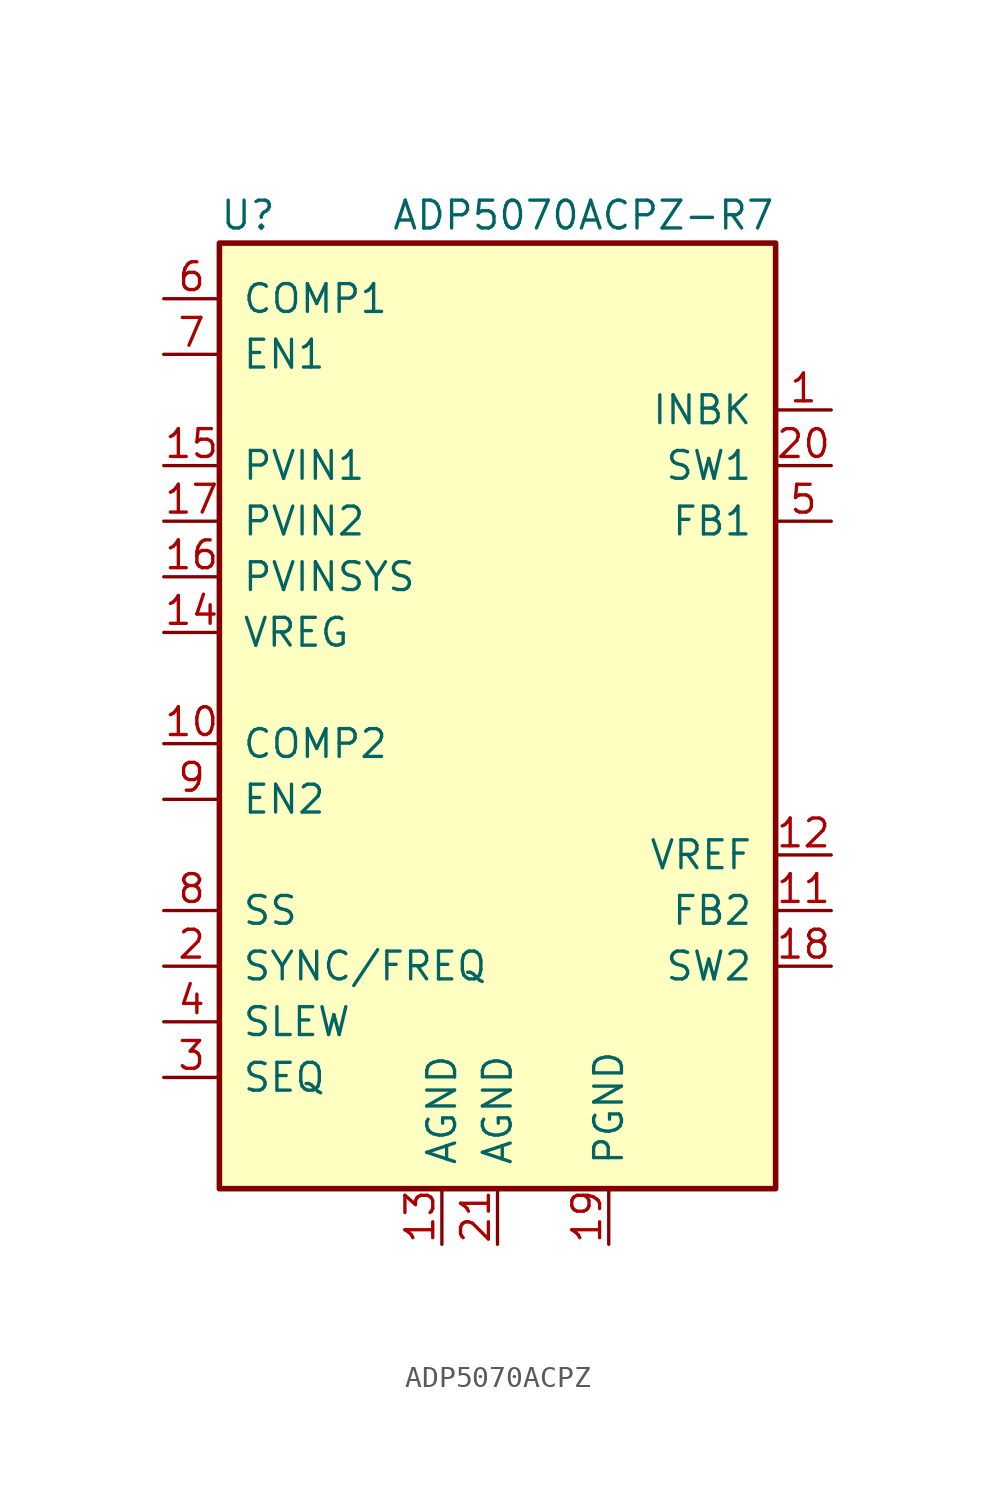
<source format=kicad_sym>
(kicad_symbol_lib
  (version 20231120)
  (generator "kicad_symbol_editor")
  (generator_version "8.0")
  (symbol "ADP5070ACPZ"
    (pin_names
      (offset 1.016))
    (property "Reference" "U"
      (at -12.7 24.13 0)
      (effects (font (size 1.27 1.27)) (justify left)))
    (property "Value" "ADP5070ACPZ-R7"
      (at 12.7 24.13 0)
      (effects (font (size 1.27 1.27)) (justify right)))
    (symbol "ADP5070ACPZ_0_1"
      (rectangle (start -12.7 22.86) (end 12.7 -20.32) (stroke (width 0.254) (type default)) (fill (type background))))
    (symbol "ADP5070ACPZ_1_1"
      (pin power_out line (at 15.24 15.24 180) (length 2.54) (name "INBK" (effects (font (size 1.27 1.27)))) (number "1" (effects (font (size 1.27 1.27)))))
      (pin passive line (at -15.24 0 0) (length 2.54) (name "COMP2" (effects (font (size 1.27 1.27)))) (number "10" (effects (font (size 1.27 1.27)))))
      (pin input line (at 15.24 -7.62 180) (length 2.54) (name "FB2" (effects (font (size 1.27 1.27)))) (number "11" (effects (font (size 1.27 1.27)))))
      (pin output line (at 15.24 -5.08 180) (length 2.54) (name "VREF" (effects (font (size 1.27 1.27)))) (number "12" (effects (font (size 1.27 1.27)))))
      (pin power_in line (at -2.54 -22.86 90) (length 2.54) (name "AGND" (effects (font (size 1.27 1.27)))) (number "13" (effects (font (size 1.27 1.27)))))
      (pin output line (at -15.24 5.08 0) (length 2.54) (name "VREG" (effects (font (size 1.27 1.27)))) (number "14" (effects (font (size 1.27 1.27)))))
      (pin power_in line (at -15.24 12.7 0) (length 2.54) (name "PVIN1" (effects (font (size 1.27 1.27)))) (number "15" (effects (font (size 1.27 1.27)))))
      (pin power_in line (at -15.24 7.62 0) (length 2.54) (name "PVINSYS" (effects (font (size 1.27 1.27)))) (number "16" (effects (font (size 1.27 1.27)))))
      (pin power_in line (at -15.24 10.16 0) (length 2.54) (name "PVIN2" (effects (font (size 1.27 1.27)))) (number "17" (effects (font (size 1.27 1.27)))))
      (pin power_out line (at 15.24 -10.16 180) (length 2.54) (name "SW2" (effects (font (size 1.27 1.27)))) (number "18" (effects (font (size 1.27 1.27)))))
      (pin power_in line (at 5.08 -22.86 90) (length 2.54) (name "PGND" (effects (font (size 1.27 1.27)))) (number "19" (effects (font (size 1.27 1.27)))))
      (pin input line (at -15.24 -10.16 0) (length 2.54) (name "SYNC/FREQ" (effects (font (size 1.27 1.27)))) (number "2" (effects (font (size 1.27 1.27)))))
      (pin power_out line (at 15.24 12.7 180) (length 2.54) (name "SW1" (effects (font (size 1.27 1.27)))) (number "20" (effects (font (size 1.27 1.27)))))
      (pin power_in line (at 0 -22.86 90) (length 2.54) (name "AGND" (effects (font (size 1.27 1.27)))) (number "21" (effects (font (size 1.27 1.27)))))
      (pin input line (at -15.24 -15.24 0) (length 2.54) (name "SEQ" (effects (font (size 1.27 1.27)))) (number "3" (effects (font (size 1.27 1.27)))))
      (pin input line (at -15.24 -12.7 0) (length 2.54) (name "SLEW" (effects (font (size 1.27 1.27)))) (number "4" (effects (font (size 1.27 1.27)))))
      (pin input line (at 15.24 10.16 180) (length 2.54) (name "FB1" (effects (font (size 1.27 1.27)))) (number "5" (effects (font (size 1.27 1.27)))))
      (pin passive line (at -15.24 20.32 0) (length 2.54) (name "COMP1" (effects (font (size 1.27 1.27)))) (number "6" (effects (font (size 1.27 1.27)))))
      (pin input line (at -15.24 17.78 0) (length 2.54) (name "EN1" (effects (font (size 1.27 1.27)))) (number "7" (effects (font (size 1.27 1.27)))))
      (pin passive line (at -15.24 -7.62 0) (length 2.54) (name "SS" (effects (font (size 1.27 1.27)))) (number "8" (effects (font (size 1.27 1.27)))))
      (pin input line (at -15.24 -2.54 0) (length 2.54) (name "EN2" (effects (font (size 1.27 1.27)))) (number "9" (effects (font (size 1.27 1.27))))))))
</source>
